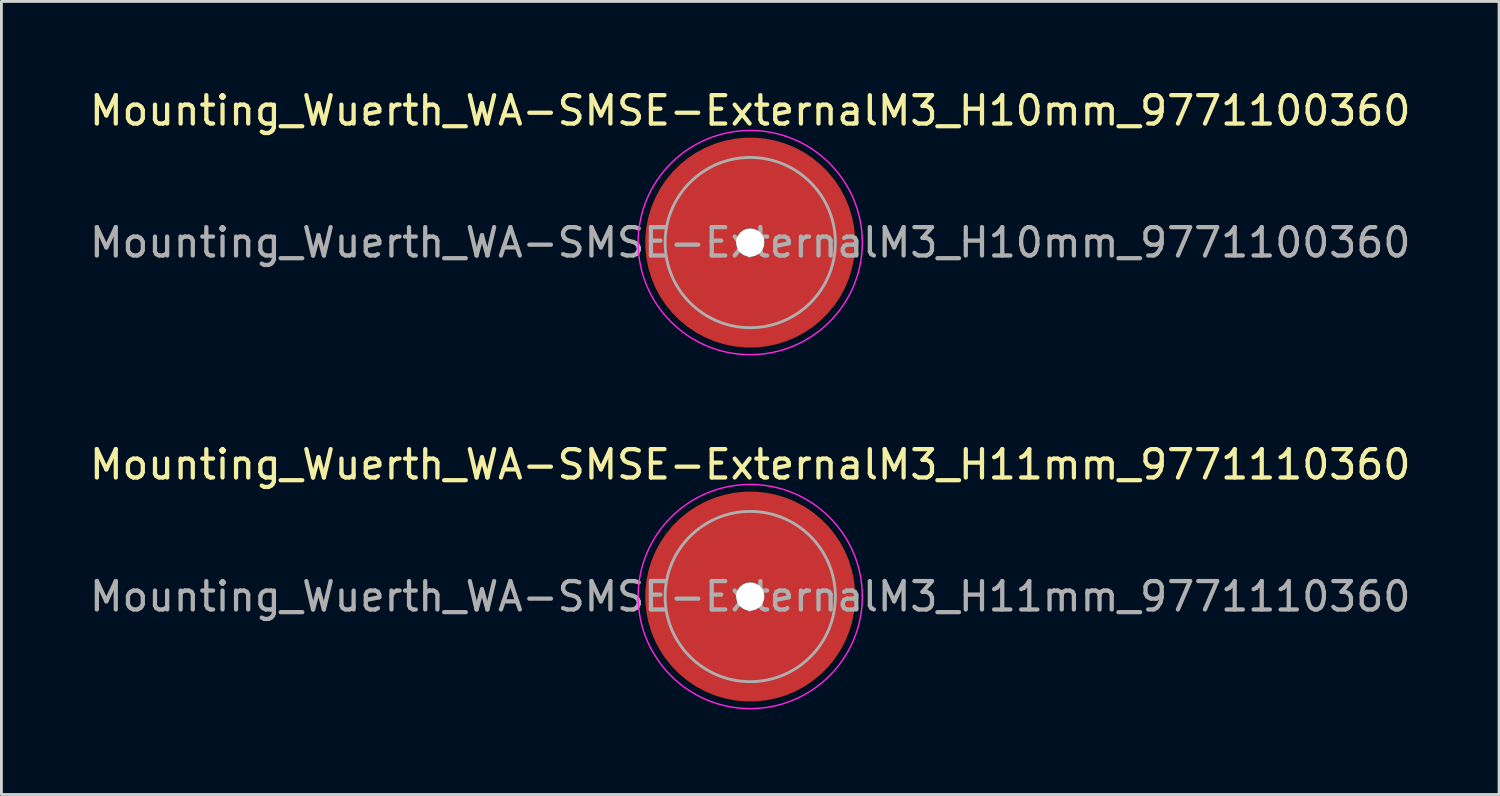
<source format=kicad_pcb>
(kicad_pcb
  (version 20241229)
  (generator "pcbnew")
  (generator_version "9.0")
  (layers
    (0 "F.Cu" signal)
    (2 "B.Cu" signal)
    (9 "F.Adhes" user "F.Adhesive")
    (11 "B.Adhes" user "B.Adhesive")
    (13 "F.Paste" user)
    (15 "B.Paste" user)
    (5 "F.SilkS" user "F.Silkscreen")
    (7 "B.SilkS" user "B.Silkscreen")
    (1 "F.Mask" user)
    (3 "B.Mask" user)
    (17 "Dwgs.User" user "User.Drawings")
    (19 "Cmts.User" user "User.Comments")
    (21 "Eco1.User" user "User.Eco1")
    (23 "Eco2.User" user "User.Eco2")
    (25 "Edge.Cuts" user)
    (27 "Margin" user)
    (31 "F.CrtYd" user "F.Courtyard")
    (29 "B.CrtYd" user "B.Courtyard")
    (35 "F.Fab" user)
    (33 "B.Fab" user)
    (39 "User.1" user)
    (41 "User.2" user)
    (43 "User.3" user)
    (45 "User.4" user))
  (footprint "Mounting_Wuerth_WA-SMSE-ExternalM3_H11mm_9771110360"
    (layer "F.Cu")
    (at 23.387 17.971)
    (property "Reference" "Mounting_Wuerth_WA-SMSE-ExternalM3_H11mm_9771110360" (at 0 -4.65 0) (layer "F.SilkS") (effects (font (size 1 1) (thickness 0.15))))
    (property "Mouser Part no." "" (at 0 0 0) (layer "F.Fab") (effects (font (size 1.27 1.27) (thickness 0.15))))
    (property "Mouser link" "" (at 0 0 0) (layer "F.Fab") (effects (font (size 1.27 1.27) (thickness 0.15))))
    (attr smd)
    (fp_circle (center 0 0) (end 3.95 0) (stroke (width 0.05) (type solid)) (fill no) (layer "F.CrtYd"))
    (fp_circle (center 0 0) (end 3 0) (stroke (width 0.1) (type solid)) (fill no) (layer "F.Fab"))
    (fp_text user "${REFERENCE}" (at 0 0 0) (layer "F.Fab") (effects (font (size 1 1) (thickness 0.15))))
    (pad "" smd custom (at 0 -2.1) (size 2.6 2.6) (layers "F.Paste") (options (anchor circle)) (primitives (gr_arc (start -0.305123 1.47) (mid -0.000513 1.4) (end 0.3042 1.469554) (width 0.2)) (gr_arc (start -0.493052 1.47) (mid -0.000664 1.3) (end 0.492006 1.469183) (width 0.2)) (gr_arc (start -0.642729 1.47) (mid -0.000361 1.2) (end 0.642223 1.469484) (width 0.2)) (gr_arc (start -0.776595 1.47) (mid -0.00087 1.1) (end 0.775497 1.468649) (width 0.2)) (gr_arc (start -0.901721 1.47) (mid -0.00018 1) (end 0.901515 1.469705) (width 0.2)) (gr_arc (start -1.021323 1.47) (mid -0.000665 0.9) (end 1.020624 1.468868) (width 0.2)) (gr_arc (start -1.137146 1.47) (mid -0.000289 0.8) (end 1.136866 1.469495) (width 0.2)) (gr_arc (start -1.25024 1.47) (mid -0.000155 0.7) (end 1.250101 1.469724) (width 0.2)) (gr_arc (start -1.361286 1.47) (mid -0.000403 0.6) (end 1.360947 1.469268) (width 0.2)) (gr_arc (start -1.470748 1.47) (mid -0.000334 0.5) (end 1.470485 1.469386) (width 0.2)) (gr_arc (start -1.578955 1.47) (mid -0.001427 0.400001) (end 1.577895 1.46735) (width 0.2)) (gr_arc (start -1.686149 1.47) (mid -0.000398 0.3) (end 1.68587 1.469254) (width 0.2)) (gr_arc (start -1.792512 1.47) (mid -0.001173 0.200001) (end 1.791733 1.467788) (width 0.2)) (gr_arc (start -1.898183 1.47) (mid -0.001368 0.100001) (end 1.89732 1.467404) (width 0.2)) (gr_arc (start -2.003272 1.47) (mid -0.001554 0.000001) (end 2.002338 1.467036) (width 0.2)) (gr_arc (start -2.107866 1.47) (mid -0.00037 -0.1) (end 2.107654 1.469292) (width 0.2)) (gr_arc (start -2.212035 1.47) (mid -0.00011 -0.2) (end 2.211975 1.469788) (width 0.2)) (gr_arc (start -2.315837 1.47) (mid -0.001322 -0.3) (end 2.315142 1.46745) (width 0.2)) (gr_arc (start -2.419318 1.47) (mid -0.000179 -0.4) (end 2.419228 1.469653) (width 0.2)) (gr_arc (start -2.522519 1.47) (mid -0.001235 -0.5) (end 2.521919 1.467604) (width 0.2)) (gr_arc (start -2.625471 1.47) (mid -0.000311 -0.6) (end 2.625326 1.469395) (width 0.2)) (gr_arc (start -2.728205 1.47) (mid -0.002303 -0.7) (end 2.727165 1.465513) (width 0.2)) (gr_arc (start -2.830742 1.47) (mid -0.000149 -0.8) (end 2.830677 1.469709) (width 0.2)) (gr_arc (start -2.933104 1.47) (mid -0.001447 -0.899999) (end 2.932495 1.46717) (width 0.2)) (gr_arc (start -3.035309 1.47) (mid -0.001317 -1) (end 3.034773 1.467421) (width 0.2)) (gr_arc (start -3.137372 1.47) (mid -0.002554 -1.099999) (end 3.136362 1.464993) (width 0.2)) (gr_arc (start -3.239305 1.47) (mid -0.002543 -1.199999) (end 3.23833 1.465008) (width 0.2)) (gr_arc (start -3.341123 1.47) (mid -0.001289 -1.3) (end 3.340644 1.467467) (width 0.2)) (gr_arc (start -3.442833 1.47) (mid -0.001847 -1.399999) (end 3.442166 1.466366) (width 0.2)) (gr_line (start 0.305 1.47) (end 3.443 1.47) (width 0.2)) (gr_line (start -0.305 1.47) (end -3.443 1.47) (width 0.2))))
    (pad "" np_thru_hole circle (at 0 0) (size 1 1) (drill 1) (layers "*.Cu" "*.Mask"))
    (pad "" smd custom (at 0 2.1) (size 2.6 2.6) (layers "F.Paste") (options (anchor circle)) (primitives (gr_arc (start 0.305123 -1.47) (mid 0.000513 -1.4) (end -0.3042 -1.469554) (width 0.2)) (gr_arc (start 0.493052 -1.47) (mid 0.000664 -1.3) (end -0.492006 -1.469183) (width 0.2)) (gr_arc (start 0.642729 -1.47) (mid 0.000361 -1.2) (end -0.642223 -1.469484) (width 0.2)) (gr_arc (start 0.776595 -1.47) (mid 0.00087 -1.1) (end -0.775497 -1.468649) (width 0.2)) (gr_arc (start 0.901721 -1.47) (mid 0.00018 -1) (end -0.901515 -1.469705) (width 0.2)) (gr_arc (start 1.021323 -1.47) (mid 0.000665 -0.9) (end -1.020624 -1.468868) (width 0.2)) (gr_arc (start 1.137146 -1.47) (mid 0.000289 -0.8) (end -1.136866 -1.469495) (width 0.2)) (gr_arc (start 1.25024 -1.47) (mid 0.000155 -0.7) (end -1.250101 -1.469724) (width 0.2)) (gr_arc (start 1.361286 -1.47) (mid 0.000403 -0.6) (end -1.360947 -1.469268) (width 0.2)) (gr_arc (start 1.470748 -1.47) (mid 0.000334 -0.5) (end -1.470485 -1.469386) (width 0.2)) (gr_arc (start 1.578955 -1.47) (mid 0.001427 -0.400001) (end -1.577895 -1.46735) (width 0.2)) (gr_arc (start 1.686149 -1.47) (mid 0.000398 -0.3) (end -1.68587 -1.469254) (width 0.2)) (gr_arc (start 1.792512 -1.47) (mid 0.001173 -0.200001) (end -1.791733 -1.467788) (width 0.2)) (gr_arc (start 1.898183 -1.47) (mid 0.001368 -0.100001) (end -1.89732 -1.467404) (width 0.2)) (gr_arc (start 2.003272 -1.47) (mid 0.001554 -0.000001) (end -2.002338 -1.467036) (width 0.2)) (gr_arc (start 2.107866 -1.47) (mid 0.00037 0.1) (end -2.107654 -1.469292) (width 0.2)) (gr_arc (start 2.212035 -1.47) (mid 0.00011 0.2) (end -2.211975 -1.469788) (width 0.2)) (gr_arc (start 2.315837 -1.47) (mid 0.001322 0.3) (end -2.315142 -1.46745) (width 0.2)) (gr_arc (start 2.419318 -1.47) (mid 0.000179 0.4) (end -2.419228 -1.469653) (width 0.2)) (gr_arc (start 2.522519 -1.47) (mid 0.001235 0.5) (end -2.521919 -1.467604) (width 0.2)) (gr_arc (start 2.625471 -1.47) (mid 0.000311 0.6) (end -2.625326 -1.469395) (width 0.2)) (gr_arc (start 2.728205 -1.47) (mid 0.002303 0.7) (end -2.727165 -1.465513) (width 0.2)) (gr_arc (start 2.830742 -1.47) (mid 0.000149 0.8) (end -2.830677 -1.469709) (width 0.2)) (gr_arc (start 2.933104 -1.47) (mid 0.001447 0.899999) (end -2.932495 -1.46717) (width 0.2)) (gr_arc (start 3.035309 -1.47) (mid 0.001317 1) (end -3.034773 -1.467421) (width 0.2)) (gr_arc (start 3.137372 -1.47) (mid 0.002554 1.099999) (end -3.136362 -1.464993) (width 0.2)) (gr_arc (start 3.239305 -1.47) (mid 0.002543 1.199999) (end -3.23833 -1.465008) (width 0.2)) (gr_arc (start 3.341123 -1.47) (mid 0.001289 1.3) (end -3.340644 -1.467467) (width 0.2)) (gr_arc (start 3.442833 -1.47) (mid 0.001847 1.399999) (end -3.442166 -1.466366) (width 0.2)) (gr_line (start -0.305 -1.47) (end -3.443 -1.47) (width 0.2)) (gr_line (start 0.305 -1.47) (end 3.443 -1.47) (width 0.2))))
    (pad "1" smd circle (at -2.1 0) (size 2.8 2.8) (layers "F.Cu"))
    (pad "1" smd circle (at 0 -2.1) (size 2.8 2.8) (layers "F.Cu"))
    (pad "1" smd circle (at 0 2.1) (size 2.8 2.8) (layers "F.Cu"))
    (pad "1" smd custom (at 2.1 0) (size 2.8 2.8) (layers "F.Cu" "F.Mask") (options (anchor circle)) (primitives (gr_circle (center -2.1 0) (end 0 0) (width 3.2) (fill no)))))
  (footprint "Mounting_Wuerth_WA-SMSE-ExternalM3_H10mm_9771100360"
    (layer "F.Cu")
    (at 23.387 5.498)
    (property "Reference" "Mounting_Wuerth_WA-SMSE-ExternalM3_H10mm_9771100360" (at 0 -4.65 0) (layer "F.SilkS") (effects (font (size 1 1) (thickness 0.15))))
    (property "Mouser Part no." "" (at 0 0 0) (layer "F.Fab") (effects (font (size 1.27 1.27) (thickness 0.15))))
    (property "Mouser link" "" (at 0 0 0) (layer "F.Fab") (effects (font (size 1.27 1.27) (thickness 0.15))))
    (attr smd)
    (fp_circle (center 0 0) (end 3.95 0) (stroke (width 0.05) (type solid)) (fill no) (layer "F.CrtYd"))
    (fp_circle (center 0 0) (end 3 0) (stroke (width 0.1) (type solid)) (fill no) (layer "F.Fab"))
    (fp_text user "${REFERENCE}" (at 0 0 0) (layer "F.Fab") (effects (font (size 1 1) (thickness 0.15))))
    (pad "" smd custom (at 0 -2.1) (size 2.6 2.6) (layers "F.Paste") (options (anchor circle)) (primitives (gr_arc (start -0.305123 1.47) (mid -0.000513 1.4) (end 0.3042 1.469554) (width 0.2)) (gr_arc (start -0.493052 1.47) (mid -0.000664 1.3) (end 0.492006 1.469183) (width 0.2)) (gr_arc (start -0.642729 1.47) (mid -0.000361 1.2) (end 0.642223 1.469484) (width 0.2)) (gr_arc (start -0.776595 1.47) (mid -0.00087 1.1) (end 0.775497 1.468649) (width 0.2)) (gr_arc (start -0.901721 1.47) (mid -0.00018 1) (end 0.901515 1.469705) (width 0.2)) (gr_arc (start -1.021323 1.47) (mid -0.000665 0.9) (end 1.020624 1.468868) (width 0.2)) (gr_arc (start -1.137146 1.47) (mid -0.000289 0.8) (end 1.136866 1.469495) (width 0.2)) (gr_arc (start -1.25024 1.47) (mid -0.000155 0.7) (end 1.250101 1.469724) (width 0.2)) (gr_arc (start -1.361286 1.47) (mid -0.000403 0.6) (end 1.360947 1.469268) (width 0.2)) (gr_arc (start -1.470748 1.47) (mid -0.000334 0.5) (end 1.470485 1.469386) (width 0.2)) (gr_arc (start -1.578955 1.47) (mid -0.001427 0.400001) (end 1.577895 1.46735) (width 0.2)) (gr_arc (start -1.686149 1.47) (mid -0.000398 0.3) (end 1.68587 1.469254) (width 0.2)) (gr_arc (start -1.792512 1.47) (mid -0.001173 0.200001) (end 1.791733 1.467788) (width 0.2)) (gr_arc (start -1.898183 1.47) (mid -0.001368 0.100001) (end 1.89732 1.467404) (width 0.2)) (gr_arc (start -2.003272 1.47) (mid -0.001554 0.000001) (end 2.002338 1.467036) (width 0.2)) (gr_arc (start -2.107866 1.47) (mid -0.00037 -0.1) (end 2.107654 1.469292) (width 0.2)) (gr_arc (start -2.212035 1.47) (mid -0.00011 -0.2) (end 2.211975 1.469788) (width 0.2)) (gr_arc (start -2.315837 1.47) (mid -0.001322 -0.3) (end 2.315142 1.46745) (width 0.2)) (gr_arc (start -2.419318 1.47) (mid -0.000179 -0.4) (end 2.419228 1.469653) (width 0.2)) (gr_arc (start -2.522519 1.47) (mid -0.001235 -0.5) (end 2.521919 1.467604) (width 0.2)) (gr_arc (start -2.625471 1.47) (mid -0.000311 -0.6) (end 2.625326 1.469395) (width 0.2)) (gr_arc (start -2.728205 1.47) (mid -0.002303 -0.7) (end 2.727165 1.465513) (width 0.2)) (gr_arc (start -2.830742 1.47) (mid -0.000149 -0.8) (end 2.830677 1.469709) (width 0.2)) (gr_arc (start -2.933104 1.47) (mid -0.001447 -0.899999) (end 2.932495 1.46717) (width 0.2)) (gr_arc (start -3.035309 1.47) (mid -0.001317 -1) (end 3.034773 1.467421) (width 0.2)) (gr_arc (start -3.137372 1.47) (mid -0.002554 -1.099999) (end 3.136362 1.464993) (width 0.2)) (gr_arc (start -3.239305 1.47) (mid -0.002543 -1.199999) (end 3.23833 1.465008) (width 0.2)) (gr_arc (start -3.341123 1.47) (mid -0.001289 -1.3) (end 3.340644 1.467467) (width 0.2)) (gr_arc (start -3.442833 1.47) (mid -0.001847 -1.399999) (end 3.442166 1.466366) (width 0.2)) (gr_line (start 0.305 1.47) (end 3.443 1.47) (width 0.2)) (gr_line (start -0.305 1.47) (end -3.443 1.47) (width 0.2))))
    (pad "" np_thru_hole circle (at 0 0) (size 1 1) (drill 1) (layers "*.Cu" "*.Mask"))
    (pad "" smd custom (at 0 2.1) (size 2.6 2.6) (layers "F.Paste") (options (anchor circle)) (primitives (gr_arc (start 0.305123 -1.47) (mid 0.000513 -1.4) (end -0.3042 -1.469554) (width 0.2)) (gr_arc (start 0.493052 -1.47) (mid 0.000664 -1.3) (end -0.492006 -1.469183) (width 0.2)) (gr_arc (start 0.642729 -1.47) (mid 0.000361 -1.2) (end -0.642223 -1.469484) (width 0.2)) (gr_arc (start 0.776595 -1.47) (mid 0.00087 -1.1) (end -0.775497 -1.468649) (width 0.2)) (gr_arc (start 0.901721 -1.47) (mid 0.00018 -1) (end -0.901515 -1.469705) (width 0.2)) (gr_arc (start 1.021323 -1.47) (mid 0.000665 -0.9) (end -1.020624 -1.468868) (width 0.2)) (gr_arc (start 1.137146 -1.47) (mid 0.000289 -0.8) (end -1.136866 -1.469495) (width 0.2)) (gr_arc (start 1.25024 -1.47) (mid 0.000155 -0.7) (end -1.250101 -1.469724) (width 0.2)) (gr_arc (start 1.361286 -1.47) (mid 0.000403 -0.6) (end -1.360947 -1.469268) (width 0.2)) (gr_arc (start 1.470748 -1.47) (mid 0.000334 -0.5) (end -1.470485 -1.469386) (width 0.2)) (gr_arc (start 1.578955 -1.47) (mid 0.001427 -0.400001) (end -1.577895 -1.46735) (width 0.2)) (gr_arc (start 1.686149 -1.47) (mid 0.000398 -0.3) (end -1.68587 -1.469254) (width 0.2)) (gr_arc (start 1.792512 -1.47) (mid 0.001173 -0.200001) (end -1.791733 -1.467788) (width 0.2)) (gr_arc (start 1.898183 -1.47) (mid 0.001368 -0.100001) (end -1.89732 -1.467404) (width 0.2)) (gr_arc (start 2.003272 -1.47) (mid 0.001554 -0.000001) (end -2.002338 -1.467036) (width 0.2)) (gr_arc (start 2.107866 -1.47) (mid 0.00037 0.1) (end -2.107654 -1.469292) (width 0.2)) (gr_arc (start 2.212035 -1.47) (mid 0.00011 0.2) (end -2.211975 -1.469788) (width 0.2)) (gr_arc (start 2.315837 -1.47) (mid 0.001322 0.3) (end -2.315142 -1.46745) (width 0.2)) (gr_arc (start 2.419318 -1.47) (mid 0.000179 0.4) (end -2.419228 -1.469653) (width 0.2)) (gr_arc (start 2.522519 -1.47) (mid 0.001235 0.5) (end -2.521919 -1.467604) (width 0.2)) (gr_arc (start 2.625471 -1.47) (mid 0.000311 0.6) (end -2.625326 -1.469395) (width 0.2)) (gr_arc (start 2.728205 -1.47) (mid 0.002303 0.7) (end -2.727165 -1.465513) (width 0.2)) (gr_arc (start 2.830742 -1.47) (mid 0.000149 0.8) (end -2.830677 -1.469709) (width 0.2)) (gr_arc (start 2.933104 -1.47) (mid 0.001447 0.899999) (end -2.932495 -1.46717) (width 0.2)) (gr_arc (start 3.035309 -1.47) (mid 0.001317 1) (end -3.034773 -1.467421) (width 0.2)) (gr_arc (start 3.137372 -1.47) (mid 0.002554 1.099999) (end -3.136362 -1.464993) (width 0.2)) (gr_arc (start 3.239305 -1.47) (mid 0.002543 1.199999) (end -3.23833 -1.465008) (width 0.2)) (gr_arc (start 3.341123 -1.47) (mid 0.001289 1.3) (end -3.340644 -1.467467) (width 0.2)) (gr_arc (start 3.442833 -1.47) (mid 0.001847 1.399999) (end -3.442166 -1.466366) (width 0.2)) (gr_line (start -0.305 -1.47) (end -3.443 -1.47) (width 0.2)) (gr_line (start 0.305 -1.47) (end 3.443 -1.47) (width 0.2))))
    (pad "1" smd circle (at -2.1 0) (size 2.8 2.8) (layers "F.Cu"))
    (pad "1" smd circle (at 0 -2.1) (size 2.8 2.8) (layers "F.Cu"))
    (pad "1" smd circle (at 0 2.1) (size 2.8 2.8) (layers "F.Cu"))
    (pad "1" smd custom (at 2.1 0) (size 2.8 2.8) (layers "F.Cu" "F.Mask") (options (anchor circle)) (primitives (gr_circle (center -2.1 0) (end 0 0) (width 3.2) (fill no)))))
  (gr_rect
    (start -3 -3)
    (end 49.774 24.947)
    (stroke (width 0.1) (type default))
    (fill no)
    (layer "Edge.Cuts")))
</source>
